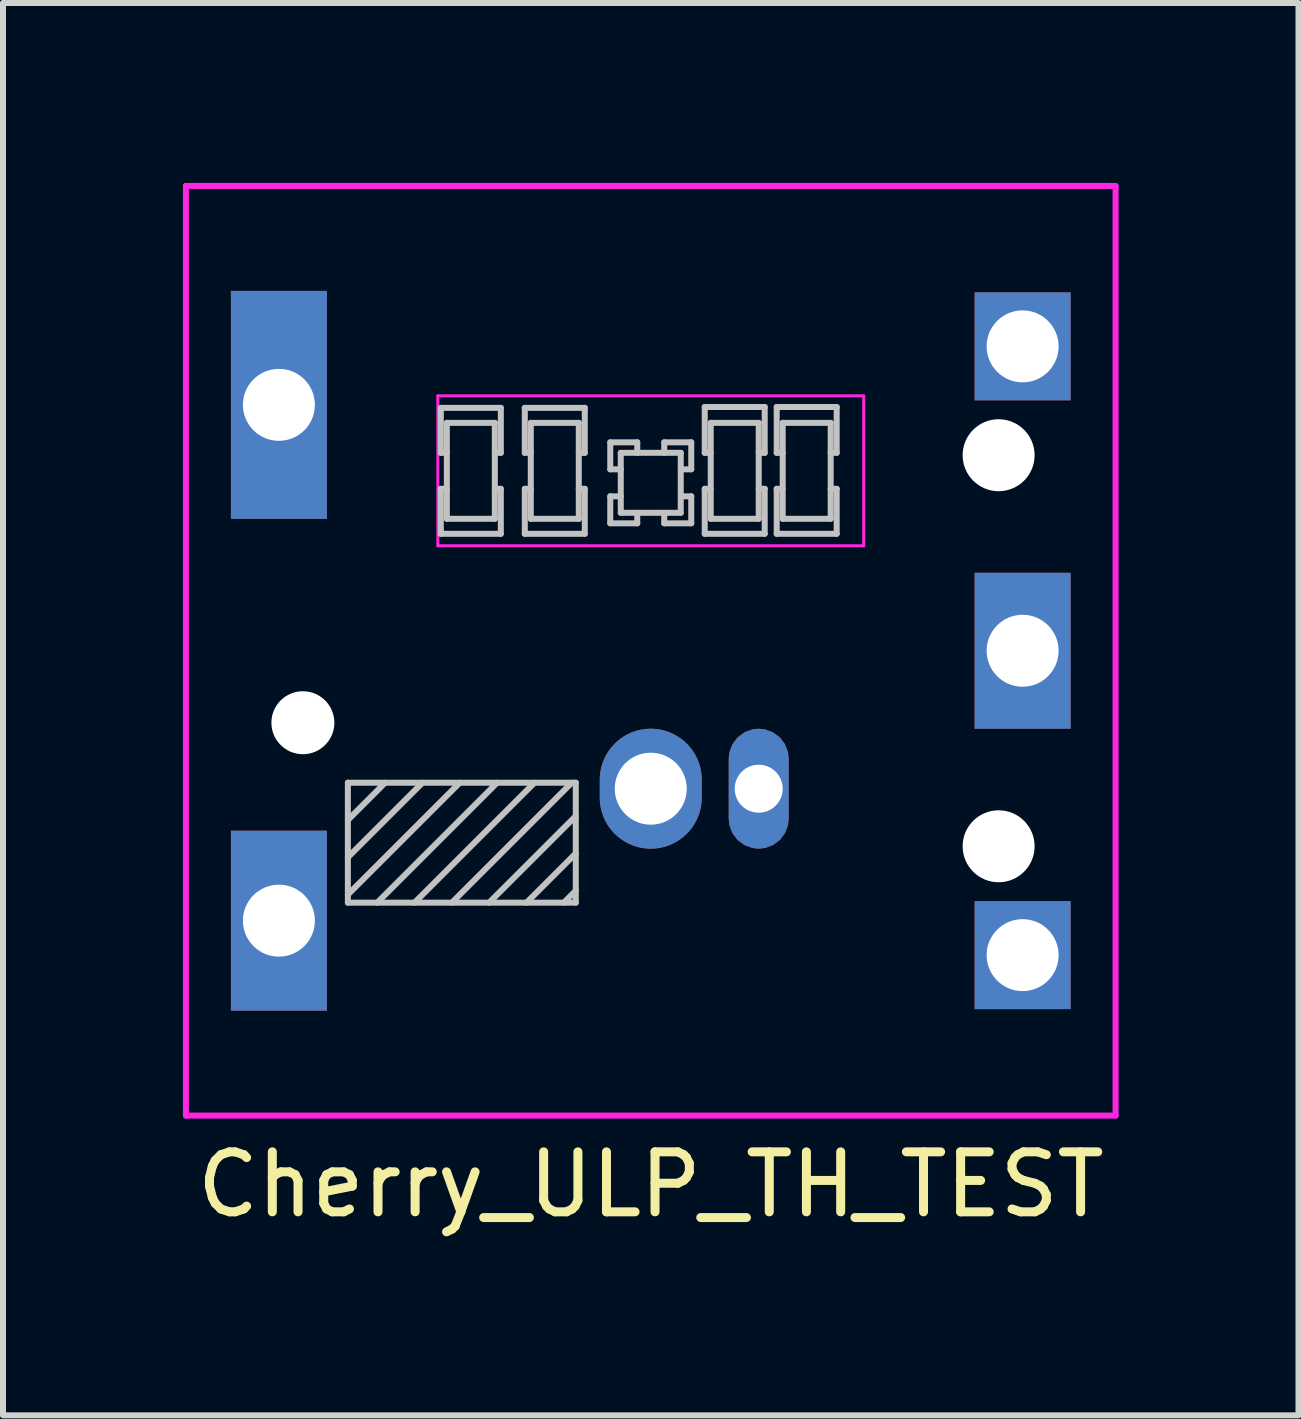
<source format=kicad_pcb>
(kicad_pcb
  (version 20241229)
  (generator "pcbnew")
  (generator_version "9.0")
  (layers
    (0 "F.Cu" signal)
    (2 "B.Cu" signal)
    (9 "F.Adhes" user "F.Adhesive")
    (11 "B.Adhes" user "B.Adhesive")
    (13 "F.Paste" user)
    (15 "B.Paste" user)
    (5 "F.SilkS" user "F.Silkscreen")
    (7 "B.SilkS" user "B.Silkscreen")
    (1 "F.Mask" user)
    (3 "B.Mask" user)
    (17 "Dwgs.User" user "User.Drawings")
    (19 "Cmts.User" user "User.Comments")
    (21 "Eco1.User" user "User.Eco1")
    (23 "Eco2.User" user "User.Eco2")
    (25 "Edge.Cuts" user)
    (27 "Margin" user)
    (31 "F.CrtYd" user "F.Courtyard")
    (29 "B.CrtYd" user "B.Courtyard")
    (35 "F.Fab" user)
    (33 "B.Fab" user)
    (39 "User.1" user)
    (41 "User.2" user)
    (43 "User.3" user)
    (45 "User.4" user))
  (footprint "Cherry_ULP_TH_TEST"
    (layer "F.Cu")
    (at 7.8 7.8)
    (property "Reference" "Cherry_ULP_TH_TEST" (at 0 8.9 0) (layer "F.SilkS") (effects (font (size 1 1) (thickness 0.15))))
    (attr through_hole)
    (fp_line (start -5.05 2.2) (end -1.25 2.2) (stroke (width 0.1) (type solid)) (layer "Dwgs.User"))
    (fp_line (start -5.05 2.822) (end -4.428 2.2) (stroke (width 0.1) (type solid)) (layer "Dwgs.User"))
    (fp_line (start -5.05 3.444) (end -3.806 2.2) (stroke (width 0.1) (type solid)) (layer "Dwgs.User"))
    (fp_line (start -5.05 4.066) (end -3.184 2.2) (stroke (width 0.1) (type solid)) (layer "Dwgs.User"))
    (fp_line (start -5.05 4.2) (end -5.05 2.2) (stroke (width 0.1) (type solid)) (layer "Dwgs.User"))
    (fp_line (start -4.561 4.2) (end -2.561 2.2) (stroke (width 0.1) (type solid)) (layer "Dwgs.User"))
    (fp_line (start -3.939 4.2) (end -1.939 2.2) (stroke (width 0.1) (type solid)) (layer "Dwgs.User"))
    (fp_line (start -3.5 -4.05) (end -3.5 -3.3) (stroke (width 0.1) (type solid)) (layer "Dwgs.User"))
    (fp_line (start -3.5 -3.3) (end -3.4 -3.3) (stroke (width 0.1) (type solid)) (layer "Dwgs.User"))
    (fp_line (start -3.5 -2.7) (end -3.5 -1.95) (stroke (width 0.1) (type solid)) (layer "Dwgs.User"))
    (fp_line (start -3.5 -1.95) (end -2.5 -1.95) (stroke (width 0.1) (type solid)) (layer "Dwgs.User"))
    (fp_line (start -3.4 -3.8) (end -3.4 -2.2) (stroke (width 0.1) (type solid)) (layer "Dwgs.User"))
    (fp_line (start -3.4 -2.7) (end -3.5 -2.7) (stroke (width 0.1) (type solid)) (layer "Dwgs.User"))
    (fp_line (start -3.4 -2.2) (end -2.6 -2.2) (stroke (width 0.1) (type solid)) (layer "Dwgs.User"))
    (fp_line (start -3.317 4.2) (end -1.317 2.2) (stroke (width 0.1) (type solid)) (layer "Dwgs.User"))
    (fp_line (start -2.695 4.2) (end -1.25 2.756) (stroke (width 0.1) (type solid)) (layer "Dwgs.User"))
    (fp_line (start -2.6 -3.8) (end -3.4 -3.8) (stroke (width 0.1) (type solid)) (layer "Dwgs.User"))
    (fp_line (start -2.6 -3.3) (end -2.5 -3.3) (stroke (width 0.1) (type solid)) (layer "Dwgs.User"))
    (fp_line (start -2.6 -2.2) (end -2.6 -3.8) (stroke (width 0.1) (type solid)) (layer "Dwgs.User"))
    (fp_line (start -2.5 -4.05) (end -3.5 -4.05) (stroke (width 0.1) (type solid)) (layer "Dwgs.User"))
    (fp_line (start -2.5 -3.3) (end -2.5 -4.05) (stroke (width 0.1) (type solid)) (layer "Dwgs.User"))
    (fp_line (start -2.5 -2.7) (end -2.6 -2.7) (stroke (width 0.1) (type solid)) (layer "Dwgs.User"))
    (fp_line (start -2.5 -1.95) (end -2.5 -2.7) (stroke (width 0.1) (type solid)) (layer "Dwgs.User"))
    (fp_line (start -2.1 -4.05) (end -2.1 -3.3) (stroke (width 0.1) (type solid)) (layer "Dwgs.User"))
    (fp_line (start -2.1 -3.3) (end -2 -3.3) (stroke (width 0.1) (type solid)) (layer "Dwgs.User"))
    (fp_line (start -2.1 -2.7) (end -2.1 -1.95) (stroke (width 0.1) (type solid)) (layer "Dwgs.User"))
    (fp_line (start -2.1 -1.95) (end -1.1 -1.95) (stroke (width 0.1) (type solid)) (layer "Dwgs.User"))
    (fp_line (start -2.072 4.2) (end -1.25 3.378) (stroke (width 0.1) (type solid)) (layer "Dwgs.User"))
    (fp_line (start -2 -3.8) (end -2 -2.2) (stroke (width 0.1) (type solid)) (layer "Dwgs.User"))
    (fp_line (start -2 -2.7) (end -2.1 -2.7) (stroke (width 0.1) (type solid)) (layer "Dwgs.User"))
    (fp_line (start -2 -2.2) (end -1.2 -2.2) (stroke (width 0.1) (type solid)) (layer "Dwgs.User"))
    (fp_line (start -1.45 4.2) (end -1.25 4) (stroke (width 0.1) (type solid)) (layer "Dwgs.User"))
    (fp_line (start -1.25 2.2) (end -1.25 4.2) (stroke (width 0.1) (type solid)) (layer "Dwgs.User"))
    (fp_line (start -1.25 4.2) (end -5.05 4.2) (stroke (width 0.1) (type solid)) (layer "Dwgs.User"))
    (fp_line (start -1.2 -3.8) (end -2 -3.8) (stroke (width 0.1) (type solid)) (layer "Dwgs.User"))
    (fp_line (start -1.2 -3.3) (end -1.1 -3.3) (stroke (width 0.1) (type solid)) (layer "Dwgs.User"))
    (fp_line (start -1.2 -2.2) (end -1.2 -3.8) (stroke (width 0.1) (type solid)) (layer "Dwgs.User"))
    (fp_line (start -1.1 -4.05) (end -2.1 -4.05) (stroke (width 0.1) (type solid)) (layer "Dwgs.User"))
    (fp_line (start -1.1 -3.3) (end -1.1 -4.05) (stroke (width 0.1) (type solid)) (layer "Dwgs.User"))
    (fp_line (start -1.1 -2.7) (end -1.2 -2.7) (stroke (width 0.1) (type solid)) (layer "Dwgs.User"))
    (fp_line (start -1.1 -1.95) (end -1.1 -2.7) (stroke (width 0.1) (type solid)) (layer "Dwgs.User"))
    (fp_line (start -0.675 -3.475) (end -0.675 -3.025) (stroke (width 0.1) (type solid)) (layer "Dwgs.User"))
    (fp_line (start -0.675 -3.025) (end -0.5 -3.025) (stroke (width 0.1) (type solid)) (layer "Dwgs.User"))
    (fp_line (start -0.675 -2.575) (end -0.675 -2.125) (stroke (width 0.1) (type solid)) (layer "Dwgs.User"))
    (fp_line (start -0.675 -2.125) (end -0.225 -2.125) (stroke (width 0.1) (type solid)) (layer "Dwgs.User"))
    (fp_line (start -0.5 -3.3) (end -0.5 -2.3) (stroke (width 0.1) (type solid)) (layer "Dwgs.User"))
    (fp_line (start -0.5 -2.575) (end -0.675 -2.575) (stroke (width 0.1) (type solid)) (layer "Dwgs.User"))
    (fp_line (start -0.5 -2.3) (end 0.5 -2.3) (stroke (width 0.1) (type solid)) (layer "Dwgs.User"))
    (fp_line (start -0.225 -3.475) (end -0.675 -3.475) (stroke (width 0.1) (type solid)) (layer "Dwgs.User"))
    (fp_line (start -0.225 -3.3) (end -0.225 -3.475) (stroke (width 0.1) (type solid)) (layer "Dwgs.User"))
    (fp_line (start -0.225 -2.125) (end -0.225 -2.3) (stroke (width 0.1) (type solid)) (layer "Dwgs.User"))
    (fp_line (start 0.225 -3.475) (end 0.225 -3.3) (stroke (width 0.1) (type solid)) (layer "Dwgs.User"))
    (fp_line (start 0.225 -2.3) (end 0.225 -2.125) (stroke (width 0.1) (type solid)) (layer "Dwgs.User"))
    (fp_line (start 0.225 -2.125) (end 0.675 -2.125) (stroke (width 0.1) (type solid)) (layer "Dwgs.User"))
    (fp_line (start 0.5 -3.3) (end -0.5 -3.3) (stroke (width 0.1) (type solid)) (layer "Dwgs.User"))
    (fp_line (start 0.5 -3.025) (end 0.675 -3.025) (stroke (width 0.1) (type solid)) (layer "Dwgs.User"))
    (fp_line (start 0.5 -2.3) (end 0.5 -3.3) (stroke (width 0.1) (type solid)) (layer "Dwgs.User"))
    (fp_line (start 0.675 -3.475) (end 0.225 -3.475) (stroke (width 0.1) (type solid)) (layer "Dwgs.User"))
    (fp_line (start 0.675 -3.025) (end 0.675 -3.475) (stroke (width 0.1) (type solid)) (layer "Dwgs.User"))
    (fp_line (start 0.675 -2.575) (end 0.5 -2.575) (stroke (width 0.1) (type solid)) (layer "Dwgs.User"))
    (fp_line (start 0.675 -2.125) (end 0.675 -2.575) (stroke (width 0.1) (type solid)) (layer "Dwgs.User"))
    (fp_line (start 0.9 -4.064) (end 0.9 -3.3) (stroke (width 0.1) (type solid)) (layer "Dwgs.User"))
    (fp_line (start 0.9 -3.3) (end 1 -3.3) (stroke (width 0.1) (type solid)) (layer "Dwgs.User"))
    (fp_line (start 0.9 -2.7) (end 0.9 -1.95) (stroke (width 0.1) (type solid)) (layer "Dwgs.User"))
    (fp_line (start 0.9 -1.95) (end 1.9 -1.95) (stroke (width 0.1) (type solid)) (layer "Dwgs.User"))
    (fp_line (start 1 -3.8) (end 1 -2.2) (stroke (width 0.1) (type solid)) (layer "Dwgs.User"))
    (fp_line (start 1 -2.7) (end 0.9 -2.7) (stroke (width 0.1) (type solid)) (layer "Dwgs.User"))
    (fp_line (start 1 -2.2) (end 1.8 -2.2) (stroke (width 0.1) (type solid)) (layer "Dwgs.User"))
    (fp_line (start 1.8 -3.8) (end 1 -3.8) (stroke (width 0.1) (type solid)) (layer "Dwgs.User"))
    (fp_line (start 1.8 -3.3) (end 1.9 -3.3) (stroke (width 0.1) (type solid)) (layer "Dwgs.User"))
    (fp_line (start 1.8 -2.2) (end 1.8 -3.8) (stroke (width 0.1) (type solid)) (layer "Dwgs.User"))
    (fp_line (start 1.9 -4.064) (end 0.9 -4.064) (stroke (width 0.1) (type solid)) (layer "Dwgs.User"))
    (fp_line (start 1.9 -3.3) (end 1.9 -4.064) (stroke (width 0.1) (type solid)) (layer "Dwgs.User"))
    (fp_line (start 1.9 -2.7) (end 1.8 -2.7) (stroke (width 0.1) (type solid)) (layer "Dwgs.User"))
    (fp_line (start 1.9 -1.95) (end 1.9 -2.7) (stroke (width 0.1) (type solid)) (layer "Dwgs.User"))
    (fp_line (start 2.1 -4.064) (end 2.1 -3.3) (stroke (width 0.1) (type solid)) (layer "Dwgs.User"))
    (fp_line (start 2.1 -3.3) (end 2.2 -3.3) (stroke (width 0.1) (type solid)) (layer "Dwgs.User"))
    (fp_line (start 2.1 -2.7) (end 2.1 -1.95) (stroke (width 0.1) (type solid)) (layer "Dwgs.User"))
    (fp_line (start 2.1 -1.95) (end 3.1 -1.95) (stroke (width 0.1) (type solid)) (layer "Dwgs.User"))
    (fp_line (start 2.2 -3.8) (end 2.2 -2.2) (stroke (width 0.1) (type solid)) (layer "Dwgs.User"))
    (fp_line (start 2.2 -2.7) (end 2.1 -2.7) (stroke (width 0.1) (type solid)) (layer "Dwgs.User"))
    (fp_line (start 2.2 -2.2) (end 3 -2.2) (stroke (width 0.1) (type solid)) (layer "Dwgs.User"))
    (fp_line (start 3 -3.8) (end 2.2 -3.8) (stroke (width 0.1) (type solid)) (layer "Dwgs.User"))
    (fp_line (start 3 -3.3) (end 3.1 -3.3) (stroke (width 0.1) (type solid)) (layer "Dwgs.User"))
    (fp_line (start 3 -2.2) (end 3 -3.8) (stroke (width 0.1) (type solid)) (layer "Dwgs.User"))
    (fp_line (start 3.1 -4.064) (end 2.1 -4.064) (stroke (width 0.1) (type solid)) (layer "Dwgs.User"))
    (fp_line (start 3.1 -3.3) (end 3.1 -4.064) (stroke (width 0.1) (type solid)) (layer "Dwgs.User"))
    (fp_line (start 3.1 -2.7) (end 3 -2.7) (stroke (width 0.1) (type solid)) (layer "Dwgs.User"))
    (fp_line (start 3.1 -1.95) (end 3.1 -2.7) (stroke (width 0.1) (type solid)) (layer "Dwgs.User"))
    (fp_line (start -7.75 -7.75) (end -7.75 7.75) (stroke (width 0.1) (type solid)) (layer "F.CrtYd"))
    (fp_line (start -7.75 7.75) (end 7.75 7.75) (stroke (width 0.1) (type solid)) (layer "F.CrtYd"))
    (fp_line (start -3.55 -4.25) (end -3.55 -1.75) (stroke (width 0.05) (type solid)) (layer "F.CrtYd"))
    (fp_line (start -3.55 -1.75) (end 3.55 -1.75) (stroke (width 0.05) (type solid)) (layer "F.CrtYd"))
    (fp_line (start 3.55 -4.25) (end -3.55 -4.25) (stroke (width 0.05) (type solid)) (layer "F.CrtYd"))
    (fp_line (start 3.55 -1.75) (end 3.55 -4.25) (stroke (width 0.05) (type solid)) (layer "F.CrtYd"))
    (fp_line (start 7.75 -7.75) (end -7.75 -7.75) (stroke (width 0.1) (type solid)) (layer "F.CrtYd"))
    (fp_line (start 7.75 7.75) (end 7.75 -7.75) (stroke (width 0.1) (type solid)) (layer "F.CrtYd"))
    (pad "" np_thru_hole circle (at -5.8 1.2) (size 1.05 1.05) (drill 1.05) (layers "*.Cu" "*.Mask"))
    (pad "" np_thru_hole circle (at 5.8 -3.26) (size 1.2 1.2) (drill 1.2) (layers "*.Cu" "*.Mask"))
    (pad "" np_thru_hole circle (at 5.8 3.26) (size 1.2 1.2) (drill 1.2) (layers "*.Cu" "*.Mask"))
    (pad "1" thru_hole oval (at 0 2.3) (size 1.7 2) (drill 1.2) (layers "*.Cu" "*.Mask"))
    (pad "2" thru_hole roundrect (at 1.8 2.3) (size 1 2) (drill 0.8) (layers "*.Cu" "*.Mask") (roundrect_rratio 0.5))
    (pad "3" thru_hole rect (at -6.2 -4.1) (size 1.6 3.8) (drill 1.2) (layers "*.Cu" "*.Mask"))
    (pad "3" thru_hole rect (at -6.2 4.5) (size 1.6 3) (drill 1.2) (layers "*.Cu" "*.Mask"))
    (pad "3" thru_hole rect (at 6.2 -5.075) (size 1.6 1.8) (drill 1.2) (layers "*.Cu" "*.Mask"))
    (pad "3" thru_hole rect (at 6.2 0) (size 1.6 2.6) (drill 1.2) (layers "*.Cu" "*.Mask"))
    (pad "3" thru_hole rect (at 6.2 5.075) (size 1.6 1.8) (drill 1.2) (layers "*.Cu" "*.Mask")))
  (gr_rect
    (start -3 -3)
    (end 18.6 20.548)
    (stroke (width 0.1) (type default))
    (fill no)
    (layer "Edge.Cuts")))
</source>
